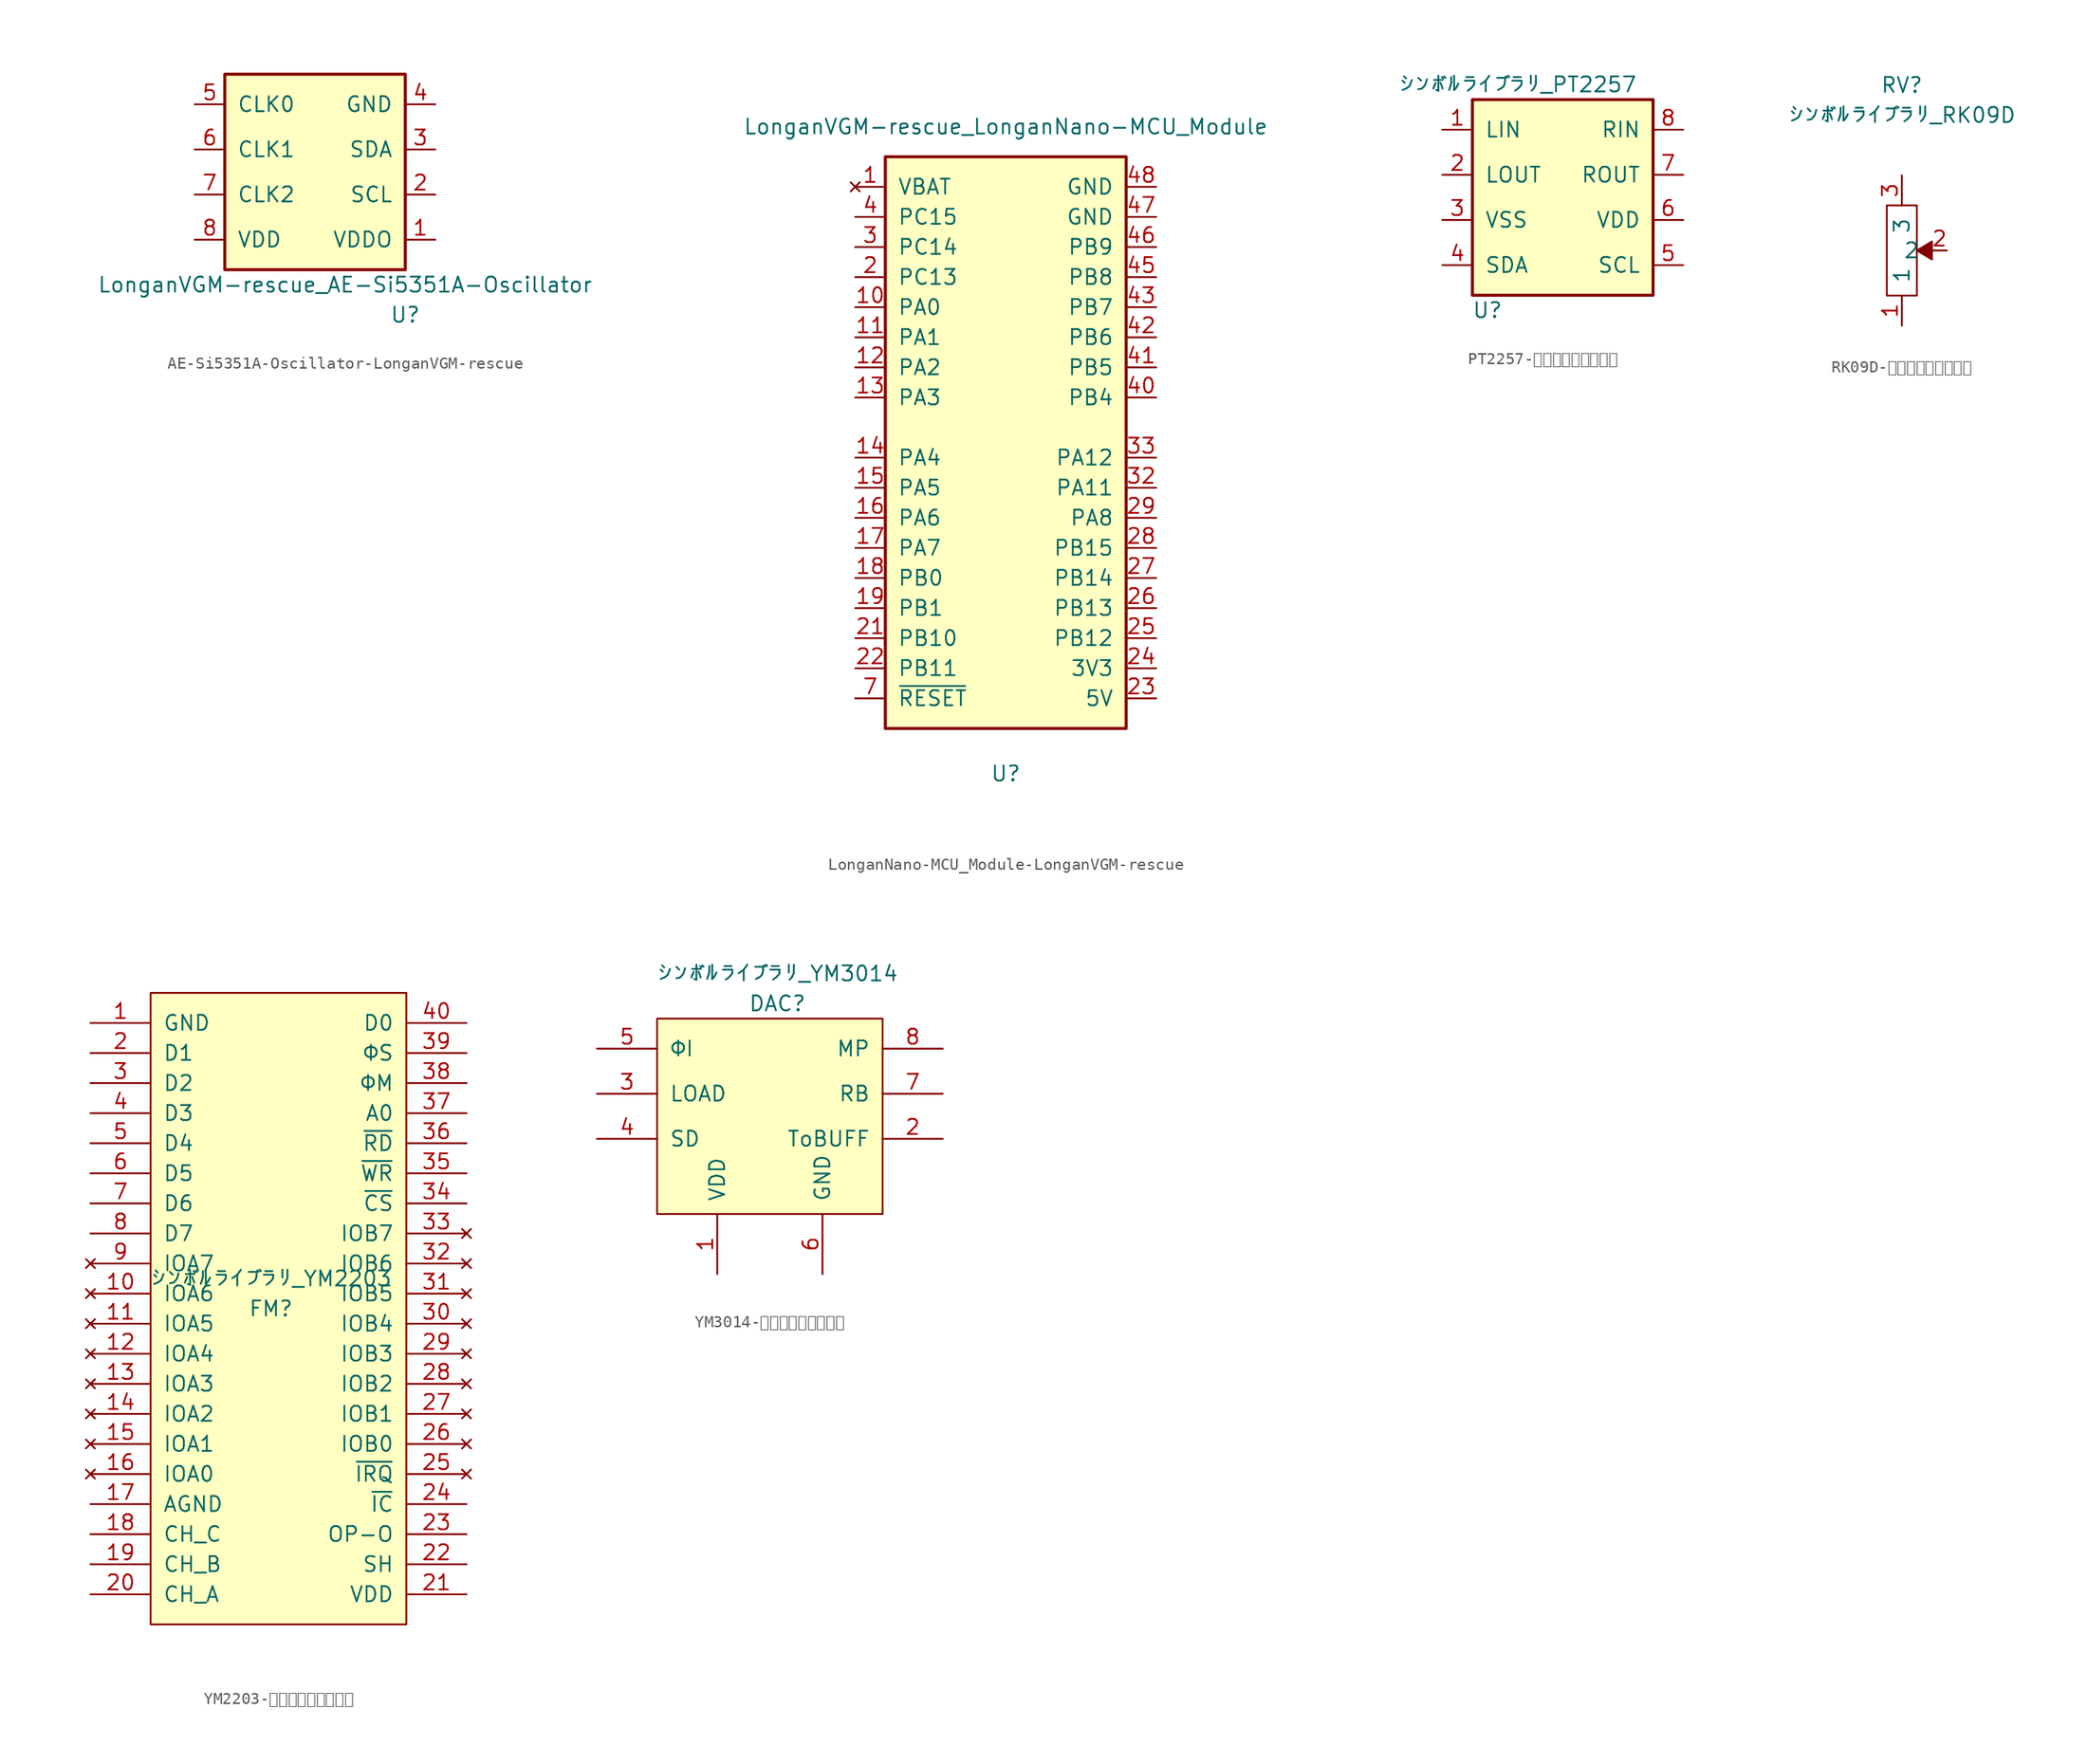
<source format=kicad_sym>
(kicad_symbol_lib
  (version 20220914)
  (generator kicad_symbol_editor)
  (symbol "AE-Si5351A-Oscillator-LonganVGM-rescue"
    (pin_names
      (offset 1.016))
    (property "Reference" "U"
      (at 7.62 -31.75 0)
      (effects (font (size 1.27 1.27))))
    (property "Value" "LonganVGM-rescue_AE-Si5351A-Oscillator"
      (at 2.54 -29.21 0)
      (effects (font (size 1.27 1.27))))
    (symbol "AE-Si5351A-Oscillator-LonganVGM-rescue_1_1"
      (rectangle (start -7.62 -11.43) (end 7.62 -27.94) (stroke (width 0.254) (type solid)) (fill (type background)))
      (pin power_in line (at 10.16 -25.4 180) (length 2.54) (name "VDDO" (effects (font (size 1.27 1.27)))) (number "1" (effects (font (size 1.27 1.27)))))
      (pin input line (at 10.16 -21.59 180) (length 2.54) (name "SCL" (effects (font (size 1.27 1.27)))) (number "2" (effects (font (size 1.27 1.27)))))
      (pin bidirectional line (at 10.16 -17.78 180) (length 2.54) (name "SDA" (effects (font (size 1.27 1.27)))) (number "3" (effects (font (size 1.27 1.27)))))
      (pin power_in line (at 10.16 -13.97 180) (length 2.54) (name "GND" (effects (font (size 1.27 1.27)))) (number "4" (effects (font (size 1.27 1.27)))))
      (pin output line (at -10.16 -13.97 0) (length 2.54) (name "CLK0" (effects (font (size 1.27 1.27)))) (number "5" (effects (font (size 1.27 1.27)))))
      (pin output line (at -10.16 -17.78 0) (length 2.54) (name "CLK1" (effects (font (size 1.27 1.27)))) (number "6" (effects (font (size 1.27 1.27)))))
      (pin output line (at -10.16 -21.59 0) (length 2.54) (name "CLK2" (effects (font (size 1.27 1.27)))) (number "7" (effects (font (size 1.27 1.27)))))
      (pin power_in line (at -10.16 -25.4 0) (length 2.54) (name "VDD" (effects (font (size 1.27 1.27)))) (number "8" (effects (font (size 1.27 1.27)))))))
  (symbol "LonganNano-MCU_Module-LonganVGM-rescue"
    (pin_names
      (offset 1.016))
    (property "Reference" "U"
      (at 0 -29.21 0)
      (effects (font (size 1.27 1.27))))
    (property "Value" "LonganVGM-rescue_LonganNano-MCU_Module"
      (at 0 25.4 0)
      (effects (font (size 1.27 1.27))))
    (symbol "LonganNano-MCU_Module-LonganVGM-rescue_1_1"
      (rectangle (start -10.16 -25.4) (end 10.16 22.86) (stroke (width 0.254) (type solid)) (fill (type background)))
      (pin no_connect line (at -12.7 20.32 0) (length 2.54) (name "VBAT" (effects (font (size 1.27 1.27)))) (number "1" (effects (font (size 1.27 1.27)))))
      (pin bidirectional line (at -12.7 10.16 0) (length 2.54) (name "PA0" (effects (font (size 1.27 1.27)))) (number "10" (effects (font (size 1.27 1.27)))))
      (pin bidirectional line (at -12.7 7.62 0) (length 2.54) (name "PA1" (effects (font (size 1.27 1.27)))) (number "11" (effects (font (size 1.27 1.27)))))
      (pin bidirectional line (at -12.7 5.08 0) (length 2.54) (name "PA2" (effects (font (size 1.27 1.27)))) (number "12" (effects (font (size 1.27 1.27)))))
      (pin bidirectional line (at -12.7 2.54 0) (length 2.54) (name "PA3" (effects (font (size 1.27 1.27)))) (number "13" (effects (font (size 1.27 1.27)))))
      (pin bidirectional line (at -12.7 -2.54 0) (length 2.54) (name "PA4" (effects (font (size 1.27 1.27)))) (number "14" (effects (font (size 1.27 1.27)))))
      (pin bidirectional line (at -12.7 -5.08 0) (length 2.54) (name "PA5" (effects (font (size 1.27 1.27)))) (number "15" (effects (font (size 1.27 1.27)))))
      (pin bidirectional line (at -12.7 -7.62 0) (length 2.54) (name "PA6" (effects (font (size 1.27 1.27)))) (number "16" (effects (font (size 1.27 1.27)))))
      (pin bidirectional line (at -12.7 -10.16 0) (length 2.54) (name "PA7" (effects (font (size 1.27 1.27)))) (number "17" (effects (font (size 1.27 1.27)))))
      (pin bidirectional line (at -12.7 -12.7 0) (length 2.54) (name "PB0" (effects (font (size 1.27 1.27)))) (number "18" (effects (font (size 1.27 1.27)))))
      (pin bidirectional line (at -12.7 -15.24 0) (length 2.54) (name "PB1" (effects (font (size 1.27 1.27)))) (number "19" (effects (font (size 1.27 1.27)))))
      (pin bidirectional line (at -12.7 12.7 0) (length 2.54) (name "PC13" (effects (font (size 1.27 1.27)))) (number "2" (effects (font (size 1.27 1.27)))))
      (pin bidirectional line (at -12.7 -17.78 0) (length 2.54) (name "PB10" (effects (font (size 1.27 1.27)))) (number "21" (effects (font (size 1.27 1.27)))))
      (pin bidirectional line (at -12.7 -20.32 0) (length 2.54) (name "PB11" (effects (font (size 1.27 1.27)))) (number "22" (effects (font (size 1.27 1.27)))))
      (pin output line (at 12.7 -22.86 180) (length 2.54) (name "5V" (effects (font (size 1.27 1.27)))) (number "23" (effects (font (size 1.27 1.27)))))
      (pin output line (at 12.7 -20.32 180) (length 2.54) (name "3V3" (effects (font (size 1.27 1.27)))) (number "24" (effects (font (size 1.27 1.27)))))
      (pin bidirectional line (at 12.7 -17.78 180) (length 2.54) (name "PB12" (effects (font (size 1.27 1.27)))) (number "25" (effects (font (size 1.27 1.27)))))
      (pin bidirectional line (at 12.7 -15.24 180) (length 2.54) (name "PB13" (effects (font (size 1.27 1.27)))) (number "26" (effects (font (size 1.27 1.27)))))
      (pin bidirectional line (at 12.7 -12.7 180) (length 2.54) (name "PB14" (effects (font (size 1.27 1.27)))) (number "27" (effects (font (size 1.27 1.27)))))
      (pin bidirectional line (at 12.7 -10.16 180) (length 2.54) (name "PB15" (effects (font (size 1.27 1.27)))) (number "28" (effects (font (size 1.27 1.27)))))
      (pin bidirectional line (at 12.7 -7.62 180) (length 2.54) (name "PA8" (effects (font (size 1.27 1.27)))) (number "29" (effects (font (size 1.27 1.27)))))
      (pin bidirectional line (at -12.7 15.24 0) (length 2.54) (name "PC14" (effects (font (size 1.27 1.27)))) (number "3" (effects (font (size 1.27 1.27)))))
      (pin bidirectional line (at 12.7 -5.08 180) (length 2.54) (name "PA11" (effects (font (size 1.27 1.27)))) (number "32" (effects (font (size 1.27 1.27)))))
      (pin bidirectional line (at 12.7 -2.54 180) (length 2.54) (name "PA12" (effects (font (size 1.27 1.27)))) (number "33" (effects (font (size 1.27 1.27)))))
      (pin bidirectional line (at -12.7 17.78 0) (length 2.54) (name "PC15" (effects (font (size 1.27 1.27)))) (number "4" (effects (font (size 1.27 1.27)))))
      (pin bidirectional line (at 12.7 2.54 180) (length 2.54) (name "PB4" (effects (font (size 1.27 1.27)))) (number "40" (effects (font (size 1.27 1.27)))))
      (pin bidirectional line (at 12.7 5.08 180) (length 2.54) (name "PB5" (effects (font (size 1.27 1.27)))) (number "41" (effects (font (size 1.27 1.27)))))
      (pin bidirectional line (at 12.7 7.62 180) (length 2.54) (name "PB6" (effects (font (size 1.27 1.27)))) (number "42" (effects (font (size 1.27 1.27)))))
      (pin bidirectional line (at 12.7 10.16 180) (length 2.54) (name "PB7" (effects (font (size 1.27 1.27)))) (number "43" (effects (font (size 1.27 1.27)))))
      (pin bidirectional line (at 12.7 12.7 180) (length 2.54) (name "PB8" (effects (font (size 1.27 1.27)))) (number "45" (effects (font (size 1.27 1.27)))))
      (pin bidirectional line (at 12.7 15.24 180) (length 2.54) (name "PB9" (effects (font (size 1.27 1.27)))) (number "46" (effects (font (size 1.27 1.27)))))
      (pin passive line (at 12.7 17.78 180) (length 2.54) (name "GND" (effects (font (size 1.27 1.27)))) (number "47" (effects (font (size 1.27 1.27)))))
      (pin passive line (at 12.7 20.32 180) (length 2.54) (name "GND" (effects (font (size 1.27 1.27)))) (number "48" (effects (font (size 1.27 1.27)))))
      (pin input line (at -12.7 -22.86 0) (length 2.54) (name "~{RESET}" (effects (font (size 1.27 1.27)))) (number "7" (effects (font (size 1.27 1.27)))))))
  (symbol "PT2257-シンボルライブラリ"
    (pin_names
      (offset 1.016))
    (property "Reference" "U"
      (at -6.35 -8.89 0)
      (effects (font (size 1.27 1.27))))
    (property "Value" "シンボルライブラリ_PT2257"
      (at -3.81 10.16 0)
      (effects (font (size 1.27 1.27))))
    (symbol "PT2257-シンボルライブラリ_1_1"
      (rectangle (start -7.62 8.89) (end 7.62 -7.62) (stroke (width 0.254) (type solid)) (fill (type background)))
      (pin input line (at -10.16 6.35 0) (length 2.54) (name "LIN" (effects (font (size 1.27 1.27)))) (number "1" (effects (font (size 1.27 1.27)))))
      (pin output line (at -10.16 2.54 0) (length 2.54) (name "LOUT" (effects (font (size 1.27 1.27)))) (number "2" (effects (font (size 1.27 1.27)))))
      (pin power_in line (at -10.16 -1.27 0) (length 2.54) (name "VSS" (effects (font (size 1.27 1.27)))) (number "3" (effects (font (size 1.27 1.27)))))
      (pin input line (at -10.16 -5.08 0) (length 2.54) (name "SDA" (effects (font (size 1.27 1.27)))) (number "4" (effects (font (size 1.27 1.27)))))
      (pin input line (at 10.16 -5.08 180) (length 2.54) (name "SCL" (effects (font (size 1.27 1.27)))) (number "5" (effects (font (size 1.27 1.27)))))
      (pin power_in line (at 10.16 -1.27 180) (length 2.54) (name "VDD" (effects (font (size 1.27 1.27)))) (number "6" (effects (font (size 1.27 1.27)))))
      (pin output line (at 10.16 2.54 180) (length 2.54) (name "ROUT" (effects (font (size 1.27 1.27)))) (number "7" (effects (font (size 1.27 1.27)))))
      (pin input line (at 10.16 6.35 180) (length 2.54) (name "RIN" (effects (font (size 1.27 1.27)))) (number "8" (effects (font (size 1.27 1.27)))))))
  (symbol "RK09D-シンボルライブラリ"
    (pin_names
      (offset 1.016))
    (property "Reference" "RV"
      (at 0 13.97 0)
      (effects (font (size 1.27 1.27))))
    (property "Value" "シンボルライブラリ_RK09D"
      (at 0 11.43 0)
      (effects (font (size 1.27 1.27))))
    (symbol "RK09D-シンボルライブラリ_1_1"
      (rectangle (start -1.27 3.81) (end 1.27 -3.81) (stroke (width 0) (type solid)) (fill (type none)))
      (polyline (pts (xy 2.54 -0.762) (xy 2.54 0.762) (xy 1.27 0) (xy 2.54 -0.762)) (stroke (width 0) (type solid)) (fill (type outline)))
      (pin passive line (at 0 -6.35 90) (length 2.54) (name "1" (effects (font (size 1.27 1.27)))) (number "1" (effects (font (size 1.27 1.27)))))
      (pin passive line (at 3.81 0 180) (length 1.27) (name "2" (effects (font (size 1.27 1.27)))) (number "2" (effects (font (size 1.27 1.27)))))
      (pin passive line (at 0 6.35 270) (length 2.54) (name "3" (effects (font (size 1.27 1.27)))) (number "3" (effects (font (size 1.27 1.27)))))))
  (symbol "YM2203-シンボルライブラリ"
    (pin_names
      (offset 1.016))
    (property "Reference" "FM"
      (at -1.27 1.27 0)
      (effects (font (size 1.27 1.27))))
    (property "Value" "シンボルライブラリ_YM2203"
      (at -1.27 3.81 0)
      (effects (font (size 1.27 1.27))))
    (symbol "YM2203-シンボルライブラリ_0_1"
      (rectangle (start -11.43 27.94) (end 10.16 -25.4) (stroke (width 0) (type solid)) (fill (type background))))
    (symbol "YM2203-シンボルライブラリ_1_1"
      (pin power_in line (at -16.51 25.4 0) (length 5.08) (name "GND" (effects (font (size 1.27 1.27)))) (number "1" (effects (font (size 1.27 1.27)))))
      (pin no_connect line (at -16.51 2.54 0) (length 5.08) (name "IOA6" (effects (font (size 1.27 1.27)))) (number "10" (effects (font (size 1.27 1.27)))))
      (pin no_connect line (at -16.51 0 0) (length 5.08) (name "IOA5" (effects (font (size 1.27 1.27)))) (number "11" (effects (font (size 1.27 1.27)))))
      (pin no_connect line (at -16.51 -2.54 0) (length 5.08) (name "IOA4" (effects (font (size 1.27 1.27)))) (number "12" (effects (font (size 1.27 1.27)))))
      (pin no_connect line (at -16.51 -5.08 0) (length 5.08) (name "IOA3" (effects (font (size 1.27 1.27)))) (number "13" (effects (font (size 1.27 1.27)))))
      (pin no_connect line (at -16.51 -7.62 0) (length 5.08) (name "IOA2" (effects (font (size 1.27 1.27)))) (number "14" (effects (font (size 1.27 1.27)))))
      (pin no_connect line (at -16.51 -10.16 0) (length 5.08) (name "IOA1" (effects (font (size 1.27 1.27)))) (number "15" (effects (font (size 1.27 1.27)))))
      (pin no_connect line (at -16.51 -12.7 0) (length 5.08) (name "IOA0" (effects (font (size 1.27 1.27)))) (number "16" (effects (font (size 1.27 1.27)))))
      (pin power_in line (at -16.51 -15.24 0) (length 5.08) (name "AGND" (effects (font (size 1.27 1.27)))) (number "17" (effects (font (size 1.27 1.27)))))
      (pin output line (at -16.51 -17.78 0) (length 5.08) (name "CH_C" (effects (font (size 1.27 1.27)))) (number "18" (effects (font (size 1.27 1.27)))))
      (pin output line (at -16.51 -20.32 0) (length 5.08) (name "CH_B" (effects (font (size 1.27 1.27)))) (number "19" (effects (font (size 1.27 1.27)))))
      (pin input line (at -16.51 22.86 0) (length 5.08) (name "D1" (effects (font (size 1.27 1.27)))) (number "2" (effects (font (size 1.27 1.27)))))
      (pin output line (at -16.51 -22.86 0) (length 5.08) (name "CH_A" (effects (font (size 1.27 1.27)))) (number "20" (effects (font (size 1.27 1.27)))))
      (pin power_in line (at 15.24 -22.86 180) (length 5.08) (name "VDD" (effects (font (size 1.27 1.27)))) (number "21" (effects (font (size 1.27 1.27)))))
      (pin output line (at 15.24 -20.32 180) (length 5.08) (name "SH" (effects (font (size 1.27 1.27)))) (number "22" (effects (font (size 1.27 1.27)))))
      (pin output line (at 15.24 -17.78 180) (length 5.08) (name "OP-O" (effects (font (size 1.27 1.27)))) (number "23" (effects (font (size 1.27 1.27)))))
      (pin input line (at 15.24 -15.24 180) (length 5.08) (name "~{IC}" (effects (font (size 1.27 1.27)))) (number "24" (effects (font (size 1.27 1.27)))))
      (pin no_connect line (at 15.24 -12.7 180) (length 5.08) (name "~{IRQ}" (effects (font (size 1.27 1.27)))) (number "25" (effects (font (size 1.27 1.27)))))
      (pin no_connect line (at 15.24 -10.16 180) (length 5.08) (name "IOB0" (effects (font (size 1.27 1.27)))) (number "26" (effects (font (size 1.27 1.27)))))
      (pin no_connect line (at 15.24 -7.62 180) (length 5.08) (name "IOB1" (effects (font (size 1.27 1.27)))) (number "27" (effects (font (size 1.27 1.27)))))
      (pin no_connect line (at 15.24 -5.08 180) (length 5.08) (name "IOB2" (effects (font (size 1.27 1.27)))) (number "28" (effects (font (size 1.27 1.27)))))
      (pin no_connect line (at 15.24 -2.54 180) (length 5.08) (name "IOB3" (effects (font (size 1.27 1.27)))) (number "29" (effects (font (size 1.27 1.27)))))
      (pin input line (at -16.51 20.32 0) (length 5.08) (name "D2" (effects (font (size 1.27 1.27)))) (number "3" (effects (font (size 1.27 1.27)))))
      (pin no_connect line (at 15.24 0 180) (length 5.08) (name "IOB4" (effects (font (size 1.27 1.27)))) (number "30" (effects (font (size 1.27 1.27)))))
      (pin no_connect line (at 15.24 2.54 180) (length 5.08) (name "IOB5" (effects (font (size 1.27 1.27)))) (number "31" (effects (font (size 1.27 1.27)))))
      (pin no_connect line (at 15.24 5.08 180) (length 5.08) (name "IOB6" (effects (font (size 1.27 1.27)))) (number "32" (effects (font (size 1.27 1.27)))))
      (pin no_connect line (at 15.24 7.62 180) (length 5.08) (name "IOB7" (effects (font (size 1.27 1.27)))) (number "33" (effects (font (size 1.27 1.27)))))
      (pin input line (at 15.24 10.16 180) (length 5.08) (name "~{CS}" (effects (font (size 1.27 1.27)))) (number "34" (effects (font (size 1.27 1.27)))))
      (pin input line (at 15.24 12.7 180) (length 5.08) (name "~{WR}" (effects (font (size 1.27 1.27)))) (number "35" (effects (font (size 1.27 1.27)))))
      (pin input line (at 15.24 15.24 180) (length 5.08) (name "~{RD}" (effects (font (size 1.27 1.27)))) (number "36" (effects (font (size 1.27 1.27)))))
      (pin input line (at 15.24 17.78 180) (length 5.08) (name "A0" (effects (font (size 1.27 1.27)))) (number "37" (effects (font (size 1.27 1.27)))))
      (pin input line (at 15.24 20.32 180) (length 5.08) (name "ΦM" (effects (font (size 1.27 1.27)))) (number "38" (effects (font (size 1.27 1.27)))))
      (pin output line (at 15.24 22.86 180) (length 5.08) (name "ΦS" (effects (font (size 1.27 1.27)))) (number "39" (effects (font (size 1.27 1.27)))))
      (pin input line (at -16.51 17.78 0) (length 5.08) (name "D3" (effects (font (size 1.27 1.27)))) (number "4" (effects (font (size 1.27 1.27)))))
      (pin input line (at 15.24 25.4 180) (length 5.08) (name "D0" (effects (font (size 1.27 1.27)))) (number "40" (effects (font (size 1.27 1.27)))))
      (pin input line (at -16.51 15.24 0) (length 5.08) (name "D4" (effects (font (size 1.27 1.27)))) (number "5" (effects (font (size 1.27 1.27)))))
      (pin input line (at -16.51 12.7 0) (length 5.08) (name "D5" (effects (font (size 1.27 1.27)))) (number "6" (effects (font (size 1.27 1.27)))))
      (pin input line (at -16.51 10.16 0) (length 5.08) (name "D6" (effects (font (size 1.27 1.27)))) (number "7" (effects (font (size 1.27 1.27)))))
      (pin input line (at -16.51 7.62 0) (length 5.08) (name "D7" (effects (font (size 1.27 1.27)))) (number "8" (effects (font (size 1.27 1.27)))))
      (pin no_connect line (at -16.51 5.08 0) (length 5.08) (name "IOA7" (effects (font (size 1.27 1.27)))) (number "9" (effects (font (size 1.27 1.27)))))))
  (symbol "YM3014-シンボルライブラリ"
    (pin_names
      (offset 1.016))
    (property "Reference" "DAC"
      (at 0 8.89 0)
      (effects (font (size 1.27 1.27))))
    (property "Value" "シンボルライブラリ_YM3014"
      (at 0 11.43 0)
      (effects (font (size 1.27 1.27))))
    (symbol "YM3014-シンボルライブラリ_0_1"
      (rectangle (start -10.16 7.62) (end 8.89 -8.89) (stroke (width 0) (type solid)) (fill (type background))))
    (symbol "YM3014-シンボルライブラリ_1_1"
      (pin power_in line (at -5.08 -13.97 90) (length 5.08) (name "VDD" (effects (font (size 1.27 1.27)))) (number "1" (effects (font (size 1.27 1.27)))))
      (pin output line (at 13.97 -2.54 180) (length 5.08) (name "ToBUFF" (effects (font (size 1.27 1.27)))) (number "2" (effects (font (size 1.27 1.27)))))
      (pin input line (at -15.24 1.27 0) (length 5.08) (name "LOAD" (effects (font (size 1.27 1.27)))) (number "3" (effects (font (size 1.27 1.27)))))
      (pin input line (at -15.24 -2.54 0) (length 5.08) (name "SD" (effects (font (size 1.27 1.27)))) (number "4" (effects (font (size 1.27 1.27)))))
      (pin input line (at -15.24 5.08 0) (length 5.08) (name "ΦI" (effects (font (size 1.27 1.27)))) (number "5" (effects (font (size 1.27 1.27)))))
      (pin power_in line (at 3.81 -13.97 90) (length 5.08) (name "GND" (effects (font (size 1.27 1.27)))) (number "6" (effects (font (size 1.27 1.27)))))
      (pin output line (at 13.97 1.27 180) (length 5.08) (name "RB" (effects (font (size 1.27 1.27)))) (number "7" (effects (font (size 1.27 1.27)))))
      (pin power_in line (at 13.97 5.08 180) (length 5.08) (name "MP" (effects (font (size 1.27 1.27)))) (number "8" (effects (font (size 1.27 1.27))))))))
</source>
